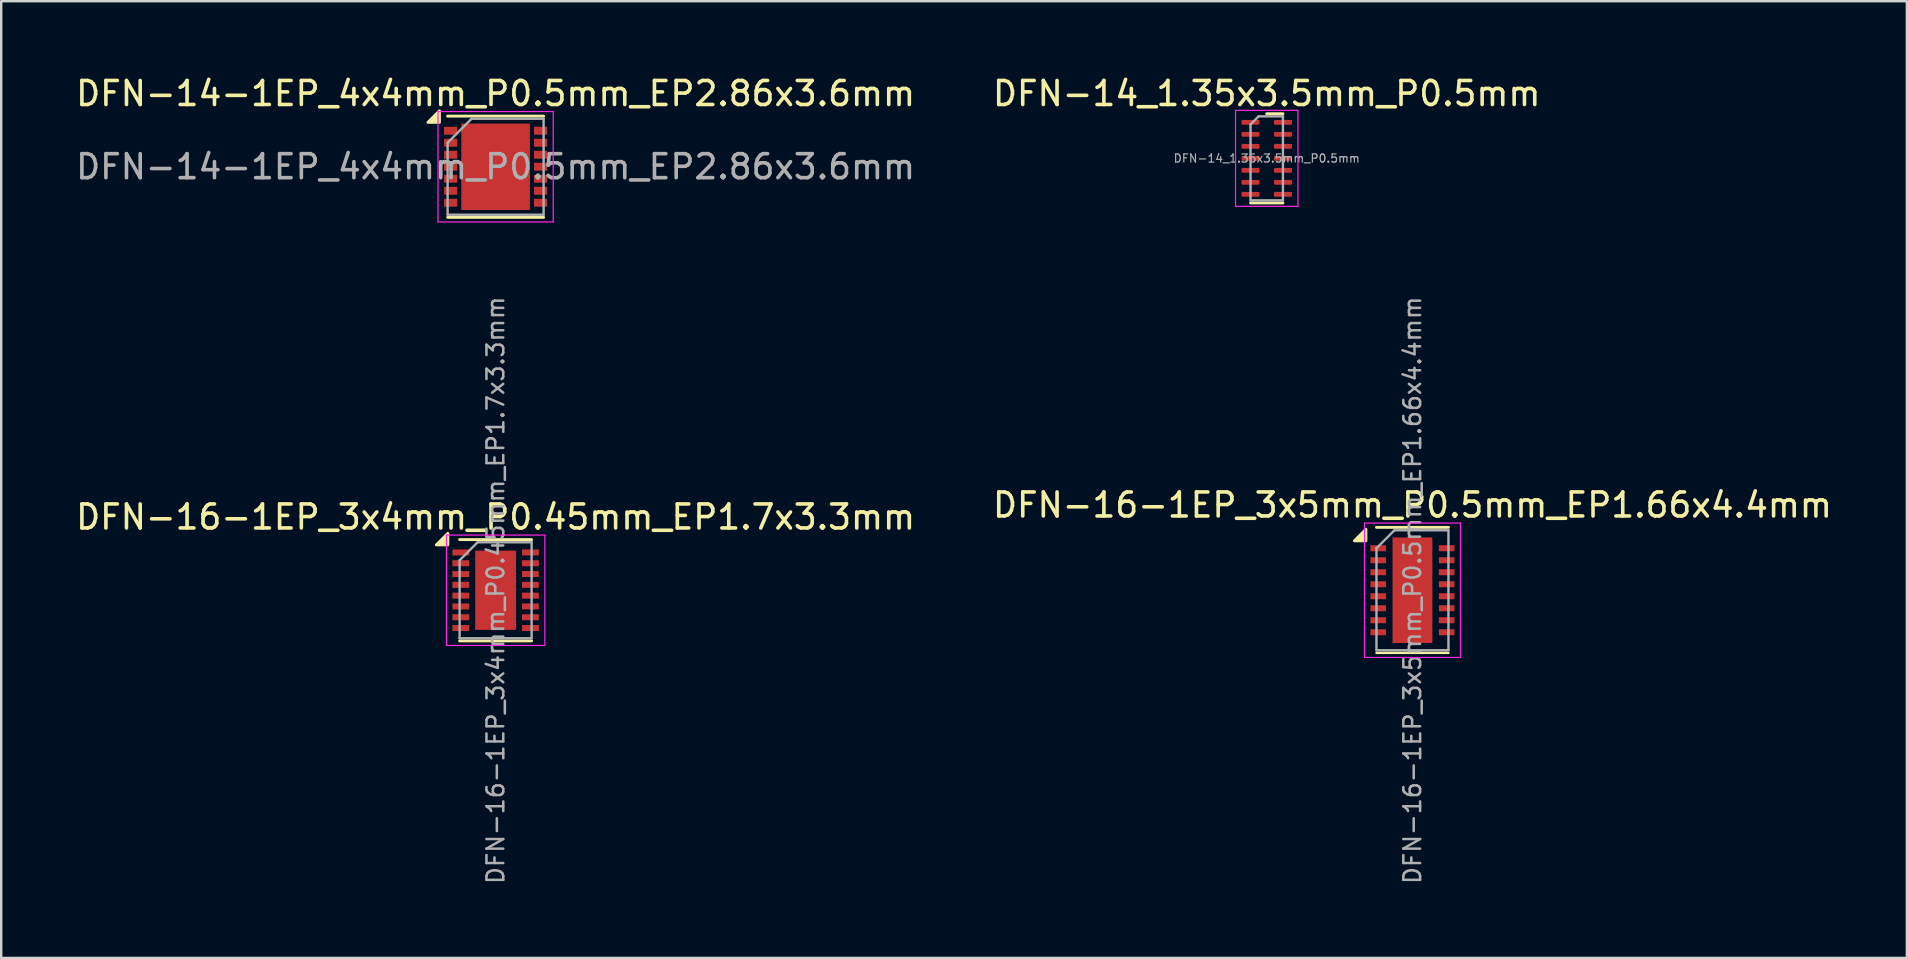
<source format=kicad_pcb>
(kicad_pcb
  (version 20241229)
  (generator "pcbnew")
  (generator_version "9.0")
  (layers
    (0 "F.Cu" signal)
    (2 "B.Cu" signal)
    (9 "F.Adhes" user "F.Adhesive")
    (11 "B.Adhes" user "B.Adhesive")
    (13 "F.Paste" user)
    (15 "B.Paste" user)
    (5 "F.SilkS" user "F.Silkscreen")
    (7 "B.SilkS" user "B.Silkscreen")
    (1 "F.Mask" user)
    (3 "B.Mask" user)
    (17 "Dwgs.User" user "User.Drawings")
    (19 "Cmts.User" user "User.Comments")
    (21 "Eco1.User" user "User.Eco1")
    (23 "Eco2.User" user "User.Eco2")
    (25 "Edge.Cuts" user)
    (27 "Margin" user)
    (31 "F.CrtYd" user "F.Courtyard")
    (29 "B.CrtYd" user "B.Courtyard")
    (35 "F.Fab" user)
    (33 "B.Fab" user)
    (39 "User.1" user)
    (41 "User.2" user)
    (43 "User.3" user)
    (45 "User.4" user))
  (footprint "DFN-14_1.35x3.5mm_P0.5mm"
    (layer "F.Cu")
    (at 49.732 3.548)
    (property "Reference" "DFN-14_1.35x3.5mm_P0.5mm" (at 0 -2.7 0) (layer "F.SilkS") (effects (font (size 1 1) (thickness 0.15))))
    (attr smd)
    (fp_line (start -0.675 1.86) (end 0.675 1.86) (stroke (width 0.12) (type solid)) (layer "F.SilkS"))
    (fp_line (start 0 -1.86) (end 0.675 -1.86) (stroke (width 0.12) (type solid)) (layer "F.SilkS"))
    (fp_line (start -1.3 -2) (end -1.3 2) (stroke (width 0.05) (type solid)) (layer "F.CrtYd"))
    (fp_line (start -1.3 2) (end 1.3 2) (stroke (width 0.05) (type solid)) (layer "F.CrtYd"))
    (fp_line (start 1.3 -2) (end -1.3 -2) (stroke (width 0.05) (type solid)) (layer "F.CrtYd"))
    (fp_line (start 1.3 2) (end 1.3 -2) (stroke (width 0.05) (type solid)) (layer "F.CrtYd"))
    (fp_line (start -0.675 -1.413) (end -0.338 -1.75) (stroke (width 0.1) (type solid)) (layer "F.Fab"))
    (fp_line (start -0.675 1.75) (end -0.675 -1.413) (stroke (width 0.1) (type solid)) (layer "F.Fab"))
    (fp_line (start -0.338 -1.75) (end 0.675 -1.75) (stroke (width 0.1) (type solid)) (layer "F.Fab"))
    (fp_line (start 0.675 -1.75) (end 0.675 1.75) (stroke (width 0.1) (type solid)) (layer "F.Fab"))
    (fp_line (start 0.675 1.75) (end -0.675 1.75) (stroke (width 0.1) (type solid)) (layer "F.Fab"))
    (fp_text user "${REFERENCE}" (at 0 0 0) (layer "F.Fab") (effects (font (size 0.34 0.34) (thickness 0.05))))
    (pad "1" smd roundrect (at -0.675 -1.5) (size 0.75 0.2) (layers "F.Cu" "F.Mask" "F.Paste") (roundrect_rratio 0.25))
    (pad "2" smd roundrect (at -0.675 -1) (size 0.75 0.2) (layers "F.Cu" "F.Mask" "F.Paste") (roundrect_rratio 0.25))
    (pad "3" smd roundrect (at -0.675 -0.5) (size 0.75 0.2) (layers "F.Cu" "F.Mask" "F.Paste") (roundrect_rratio 0.25))
    (pad "4" smd roundrect (at -0.675 0) (size 0.75 0.2) (layers "F.Cu" "F.Mask" "F.Paste") (roundrect_rratio 0.25))
    (pad "5" smd roundrect (at -0.675 0.5) (size 0.75 0.2) (layers "F.Cu" "F.Mask" "F.Paste") (roundrect_rratio 0.25))
    (pad "6" smd roundrect (at -0.675 1) (size 0.75 0.2) (layers "F.Cu" "F.Mask" "F.Paste") (roundrect_rratio 0.25))
    (pad "7" smd roundrect (at -0.675 1.5) (size 0.75 0.2) (layers "F.Cu" "F.Mask" "F.Paste") (roundrect_rratio 0.25))
    (pad "8" smd roundrect (at 0.675 1.5) (size 0.75 0.2) (layers "F.Cu" "F.Mask" "F.Paste") (roundrect_rratio 0.25))
    (pad "9" smd roundrect (at 0.675 1) (size 0.75 0.2) (layers "F.Cu" "F.Mask" "F.Paste") (roundrect_rratio 0.25))
    (pad "10" smd roundrect (at 0.675 0.5) (size 0.75 0.2) (layers "F.Cu" "F.Mask" "F.Paste") (roundrect_rratio 0.25))
    (pad "11" smd roundrect (at 0.675 0) (size 0.75 0.2) (layers "F.Cu" "F.Mask" "F.Paste") (roundrect_rratio 0.25))
    (pad "12" smd roundrect (at 0.675 -0.5) (size 0.75 0.2) (layers "F.Cu" "F.Mask" "F.Paste") (roundrect_rratio 0.25))
    (pad "13" smd roundrect (at 0.675 -1) (size 0.75 0.2) (layers "F.Cu" "F.Mask" "F.Paste") (roundrect_rratio 0.25))
    (pad "14" smd roundrect (at 0.675 -1.5) (size 0.75 0.2) (layers "F.Cu" "F.Mask" "F.Paste") (roundrect_rratio 0.25)))
  (footprint "DFN-14-1EP_4x4mm_P0.5mm_EP2.86x3.6mm"
    (layer "F.Cu")
    (at 17.601 3.898)
    (property "Reference" "DFN-14-1EP_4x4mm_P0.5mm_EP2.86x3.6mm" (at 0 -3.05 0) (layer "F.SilkS") (effects (font (size 1 1) (thickness 0.15))))
    (attr smd)
    (fp_line (start -2 -2.11) (end 2 -2.11) (stroke (width 0.12) (type solid)) (layer "F.SilkS"))
    (fp_line (start -2 2.11) (end 2 2.11) (stroke (width 0.12) (type solid)) (layer "F.SilkS"))
    (fp_poly (pts (xy -2.34 -1.85) (xy -2.82 -1.85) (xy -2.34 -2.33) (xy -2.34 -1.85)) (stroke (width 0.12) (type solid)) (fill yes) (layer "F.SilkS"))
    (fp_line (start -2.4 -2.3) (end -2.4 2.3) (stroke (width 0.05) (type solid)) (layer "F.CrtYd"))
    (fp_line (start -2.4 -2.3) (end 2.4 -2.3) (stroke (width 0.05) (type solid)) (layer "F.CrtYd"))
    (fp_line (start -2.4 2.3) (end 2.4 2.3) (stroke (width 0.05) (type solid)) (layer "F.CrtYd"))
    (fp_line (start 2.4 -2.3) (end 2.4 2.3) (stroke (width 0.05) (type solid)) (layer "F.CrtYd"))
    (fp_line (start -2 -1) (end -1 -2) (stroke (width 0.1) (type solid)) (layer "F.Fab"))
    (fp_line (start -2 2) (end -2 -1) (stroke (width 0.1) (type solid)) (layer "F.Fab"))
    (fp_line (start -1 -2) (end 2 -2) (stroke (width 0.1) (type solid)) (layer "F.Fab"))
    (fp_line (start 2 -2) (end 2 2) (stroke (width 0.1) (type solid)) (layer "F.Fab"))
    (fp_line (start 2 2) (end -2 2) (stroke (width 0.1) (type solid)) (layer "F.Fab"))
    (fp_text user "${REFERENCE}" (at 0 0 0) (layer "F.Fab") (effects (font (size 1 1) (thickness 0.15))))
    (pad "" smd rect (at -0.715 -1.35) (size 1.2 0.7) (layers "F.Paste"))
    (pad "" smd rect (at -0.715 -0.45) (size 1.2 0.7) (layers "F.Paste"))
    (pad "" smd rect (at -0.715 0.45) (size 1.2 0.7) (layers "F.Paste"))
    (pad "" smd rect (at -0.715 1.35) (size 1.2 0.7) (layers "F.Paste"))
    (pad "" smd rect (at 0.715 -1.35) (size 1.2 0.7) (layers "F.Paste"))
    (pad "" smd rect (at 0.715 -0.45) (size 1.2 0.7) (layers "F.Paste"))
    (pad "" smd rect (at 0.715 0.45) (size 1.2 0.7) (layers "F.Paste"))
    (pad "" smd rect (at 0.715 1.35) (size 1.2 0.7) (layers "F.Paste"))
    (pad "1" smd rect (at -1.875 -1.5) (size 0.55 0.33) (layers "F.Cu" "F.Mask" "F.Paste"))
    (pad "2" smd rect (at -1.875 -1) (size 0.55 0.33) (layers "F.Cu" "F.Mask" "F.Paste"))
    (pad "3" smd rect (at -1.875 -0.5) (size 0.55 0.33) (layers "F.Cu" "F.Mask" "F.Paste"))
    (pad "4" smd rect (at -1.875 0) (size 0.55 0.33) (layers "F.Cu" "F.Mask" "F.Paste"))
    (pad "5" smd rect (at -1.875 0.5) (size 0.55 0.33) (layers "F.Cu" "F.Mask" "F.Paste"))
    (pad "6" smd rect (at -1.875 1) (size 0.55 0.33) (layers "F.Cu" "F.Mask" "F.Paste"))
    (pad "7" smd rect (at -1.875 1.5) (size 0.55 0.33) (layers "F.Cu" "F.Mask" "F.Paste"))
    (pad "8" smd rect (at 1.875 1.5) (size 0.55 0.33) (layers "F.Cu" "F.Mask" "F.Paste"))
    (pad "9" smd rect (at 1.875 1) (size 0.55 0.33) (layers "F.Cu" "F.Mask" "F.Paste"))
    (pad "10" smd rect (at 1.875 0.5) (size 0.55 0.33) (layers "F.Cu" "F.Mask" "F.Paste"))
    (pad "11" smd rect (at 1.875 0) (size 0.55 0.33) (layers "F.Cu" "F.Mask" "F.Paste"))
    (pad "12" smd rect (at 1.875 -0.5) (size 0.55 0.33) (layers "F.Cu" "F.Mask" "F.Paste"))
    (pad "13" smd rect (at 1.875 -1) (size 0.55 0.33) (layers "F.Cu" "F.Mask" "F.Paste"))
    (pad "14" smd rect (at 1.875 -1.5) (size 0.55 0.33) (layers "F.Cu" "F.Mask" "F.Paste"))
    (pad "15" smd rect (at 0 0) (size 2.86 3.6) (layers "F.Cu" "F.Mask")))
  (footprint "DFN-16-1EP_3x4mm_P0.45mm_EP1.7x3.3mm"
    (layer "F.Cu")
    (at 17.601 21.544)
    (property "Reference" "DFN-16-1EP_3x4mm_P0.45mm_EP1.7x3.3mm" (at 0 -3.05 0) (layer "F.SilkS") (effects (font (size 1 1) (thickness 0.15))))
    (attr smd)
    (fp_line (start -1.5 -2.11) (end 1.5 -2.11) (stroke (width 0.12) (type solid)) (layer "F.SilkS"))
    (fp_line (start -1.5 2.11) (end 1.5 2.11) (stroke (width 0.12) (type solid)) (layer "F.SilkS"))
    (fp_poly (pts (xy -1.99 -1.89) (xy -2.47 -1.89) (xy -1.99 -2.37) (xy -1.99 -1.89)) (stroke (width 0.12) (type solid)) (fill yes) (layer "F.SilkS"))
    (fp_line (start -2.05 -2.3) (end -2.05 2.3) (stroke (width 0.05) (type solid)) (layer "F.CrtYd"))
    (fp_line (start -2.05 -2.3) (end 2.05 -2.3) (stroke (width 0.05) (type solid)) (layer "F.CrtYd"))
    (fp_line (start -2.05 2.3) (end 2.05 2.3) (stroke (width 0.05) (type solid)) (layer "F.CrtYd"))
    (fp_line (start 2.05 -2.3) (end 2.05 2.3) (stroke (width 0.05) (type solid)) (layer "F.CrtYd"))
    (fp_line (start -1.5 -1.25) (end -0.75 -2) (stroke (width 0.1) (type solid)) (layer "F.Fab"))
    (fp_line (start -1.5 2) (end -1.5 -1.25) (stroke (width 0.1) (type solid)) (layer "F.Fab"))
    (fp_line (start -0.75 -2) (end 1.5 -2) (stroke (width 0.1) (type solid)) (layer "F.Fab"))
    (fp_line (start 1.5 -2) (end 1.5 2) (stroke (width 0.1) (type solid)) (layer "F.Fab"))
    (fp_line (start 1.5 2) (end -1.5 2) (stroke (width 0.1) (type solid)) (layer "F.Fab"))
    (fp_text user "${REFERENCE}" (at 0 0 90) (layer "F.Fab") (effects (font (size 0.7 0.7) (thickness 0.105))))
    (pad "" smd rect (at -0.425 -1.238) (size 0.685 0.67) (layers "F.Paste"))
    (pad "" smd rect (at -0.425 -0.412) (size 0.685 0.67) (layers "F.Paste"))
    (pad "" smd rect (at -0.425 0.412) (size 0.685 0.67) (layers "F.Paste"))
    (pad "" smd rect (at -0.425 1.238) (size 0.685 0.67) (layers "F.Paste"))
    (pad "" smd rect (at 0.425 -1.238) (size 0.685 0.67) (layers "F.Paste"))
    (pad "" smd rect (at 0.425 -0.412) (size 0.685 0.67) (layers "F.Paste"))
    (pad "" smd rect (at 0.425 0.412) (size 0.685 0.67) (layers "F.Paste"))
    (pad "" smd rect (at 0.425 1.238) (size 0.685 0.67) (layers "F.Paste"))
    (pad "1" smd rect (at -1.45 -1.575) (size 0.7 0.25) (layers "F.Cu" "F.Mask" "F.Paste"))
    (pad "2" smd rect (at -1.45 -1.125) (size 0.7 0.25) (layers "F.Cu" "F.Mask" "F.Paste"))
    (pad "3" smd rect (at -1.45 -0.675) (size 0.7 0.25) (layers "F.Cu" "F.Mask" "F.Paste"))
    (pad "4" smd rect (at -1.45 -0.225) (size 0.7 0.25) (layers "F.Cu" "F.Mask" "F.Paste"))
    (pad "5" smd rect (at -1.45 0.225) (size 0.7 0.25) (layers "F.Cu" "F.Mask" "F.Paste"))
    (pad "6" smd rect (at -1.45 0.675) (size 0.7 0.25) (layers "F.Cu" "F.Mask" "F.Paste"))
    (pad "7" smd rect (at -1.45 1.125) (size 0.7 0.25) (layers "F.Cu" "F.Mask" "F.Paste"))
    (pad "8" smd rect (at -1.45 1.575) (size 0.7 0.25) (layers "F.Cu" "F.Mask" "F.Paste"))
    (pad "9" smd rect (at 1.45 1.575) (size 0.7 0.25) (layers "F.Cu" "F.Mask" "F.Paste"))
    (pad "10" smd rect (at 1.45 1.125) (size 0.7 0.25) (layers "F.Cu" "F.Mask" "F.Paste"))
    (pad "11" smd rect (at 1.45 0.675) (size 0.7 0.25) (layers "F.Cu" "F.Mask" "F.Paste"))
    (pad "12" smd rect (at 1.45 0.225) (size 0.7 0.25) (layers "F.Cu" "F.Mask" "F.Paste"))
    (pad "13" smd rect (at 1.45 -0.225) (size 0.7 0.25) (layers "F.Cu" "F.Mask" "F.Paste"))
    (pad "14" smd rect (at 1.45 -0.675) (size 0.7 0.25) (layers "F.Cu" "F.Mask" "F.Paste"))
    (pad "15" smd rect (at 1.45 -1.125) (size 0.7 0.25) (layers "F.Cu" "F.Mask" "F.Paste"))
    (pad "16" smd rect (at 1.45 -1.575) (size 0.7 0.25) (layers "F.Cu" "F.Mask" "F.Paste"))
    (pad "17" smd rect (at 0 0) (size 1.7 3.3) (layers "F.Cu" "F.Mask")))
  (footprint "DFN-16-1EP_3x5mm_P0.5mm_EP1.66x4.4mm"
    (layer "F.Cu")
    (at 55.804 21.544)
    (property "Reference" "DFN-16-1EP_3x5mm_P0.5mm_EP1.66x4.4mm" (at 0 -3.55 0) (layer "F.SilkS") (effects (font (size 1 1) (thickness 0.15))))
    (attr smd)
    (fp_line (start -1.5 -2.62) (end 1.5 -2.62) (stroke (width 0.12) (type solid)) (layer "F.SilkS"))
    (fp_line (start -1.5 2.61) (end 1.5 2.61) (stroke (width 0.1) (type solid)) (layer "F.SilkS"))
    (fp_poly (pts (xy -1.94 -2.06) (xy -2.42 -2.06) (xy -1.94 -2.54) (xy -1.94 -2.06)) (stroke (width 0.12) (type solid)) (fill yes) (layer "F.SilkS"))
    (fp_line (start -2 -2.8) (end -2 2.8) (stroke (width 0.05) (type solid)) (layer "F.CrtYd"))
    (fp_line (start -2 -2.8) (end 2 -2.8) (stroke (width 0.05) (type solid)) (layer "F.CrtYd"))
    (fp_line (start -2 2.8) (end 2 2.8) (stroke (width 0.05) (type solid)) (layer "F.CrtYd"))
    (fp_line (start 2 -2.8) (end 2 2.8) (stroke (width 0.05) (type solid)) (layer "F.CrtYd"))
    (fp_line (start -1.5 -1.75) (end -0.75 -2.5) (stroke (width 0.1) (type solid)) (layer "F.Fab"))
    (fp_line (start -1.5 2.5) (end -1.5 -1.75) (stroke (width 0.1) (type solid)) (layer "F.Fab"))
    (fp_line (start -0.75 -2.5) (end 1.5 -2.5) (stroke (width 0.1) (type solid)) (layer "F.Fab"))
    (fp_line (start 1.5 -2.5) (end 1.5 2.5) (stroke (width 0.1) (type solid)) (layer "F.Fab"))
    (fp_line (start 1.5 2.5) (end -1.5 2.5) (stroke (width 0.1) (type solid)) (layer "F.Fab"))
    (fp_text user "${REFERENCE}" (at 0 0 90) (layer "F.Fab") (effects (font (size 0.7 0.7) (thickness 0.105))))
    (pad "" smd rect (at -0.415 -1.76) (size 0.67 0.71) (layers "F.Paste"))
    (pad "" smd rect (at -0.415 -0.88) (size 0.67 0.71) (layers "F.Paste"))
    (pad "" smd rect (at -0.415 0) (size 0.67 0.71) (layers "F.Paste"))
    (pad "" smd rect (at -0.415 0.88) (size 0.67 0.71) (layers "F.Paste"))
    (pad "" smd rect (at -0.415 1.76) (size 0.67 0.71) (layers "F.Paste"))
    (pad "" smd rect (at 0.415 -1.76) (size 0.67 0.71) (layers "F.Paste"))
    (pad "" smd rect (at 0.415 -0.88) (size 0.67 0.71) (layers "F.Paste"))
    (pad "" smd rect (at 0.415 0) (size 0.67 0.71) (layers "F.Paste"))
    (pad "" smd rect (at 0.415 0.88) (size 0.67 0.71) (layers "F.Paste"))
    (pad "" smd rect (at 0.415 1.76) (size 0.67 0.71) (layers "F.Paste"))
    (pad "1" smd rect (at -1.425 -1.75) (size 0.65 0.25) (layers "F.Cu" "F.Mask" "F.Paste"))
    (pad "2" smd rect (at -1.425 -1.25) (size 0.65 0.25) (layers "F.Cu" "F.Mask" "F.Paste"))
    (pad "3" smd rect (at -1.425 -0.75) (size 0.65 0.25) (layers "F.Cu" "F.Mask" "F.Paste"))
    (pad "4" smd rect (at -1.425 -0.25) (size 0.65 0.25) (layers "F.Cu" "F.Mask" "F.Paste"))
    (pad "5" smd rect (at -1.425 0.25) (size 0.65 0.25) (layers "F.Cu" "F.Mask" "F.Paste"))
    (pad "6" smd rect (at -1.425 0.75) (size 0.65 0.25) (layers "F.Cu" "F.Mask" "F.Paste"))
    (pad "7" smd rect (at -1.425 1.25) (size 0.65 0.25) (layers "F.Cu" "F.Mask" "F.Paste"))
    (pad "8" smd rect (at -1.425 1.75) (size 0.65 0.25) (layers "F.Cu" "F.Mask" "F.Paste"))
    (pad "9" smd rect (at 1.425 1.75) (size 0.65 0.25) (layers "F.Cu" "F.Mask" "F.Paste"))
    (pad "10" smd rect (at 1.425 1.25) (size 0.65 0.25) (layers "F.Cu" "F.Mask" "F.Paste"))
    (pad "11" smd rect (at 1.425 0.75) (size 0.65 0.25) (layers "F.Cu" "F.Mask" "F.Paste"))
    (pad "12" smd rect (at 1.425 0.25) (size 0.65 0.25) (layers "F.Cu" "F.Mask" "F.Paste"))
    (pad "13" smd rect (at 1.425 -0.25) (size 0.65 0.25) (layers "F.Cu" "F.Mask" "F.Paste"))
    (pad "14" smd rect (at 1.425 -0.75) (size 0.65 0.25) (layers "F.Cu" "F.Mask" "F.Paste"))
    (pad "15" smd rect (at 1.425 -1.25) (size 0.65 0.25) (layers "F.Cu" "F.Mask" "F.Paste"))
    (pad "16" smd rect (at 1.425 -1.75) (size 0.65 0.25) (layers "F.Cu" "F.Mask" "F.Paste"))
    (pad "17" smd rect (at 0 0) (size 1.66 4.4) (layers "F.Cu" "F.Mask")))
  (gr_rect
    (start -3 -3)
    (end 76.405 36.865)
    (stroke (width 0.1) (type default))
    (fill no)
    (layer "Edge.Cuts")))
</source>
